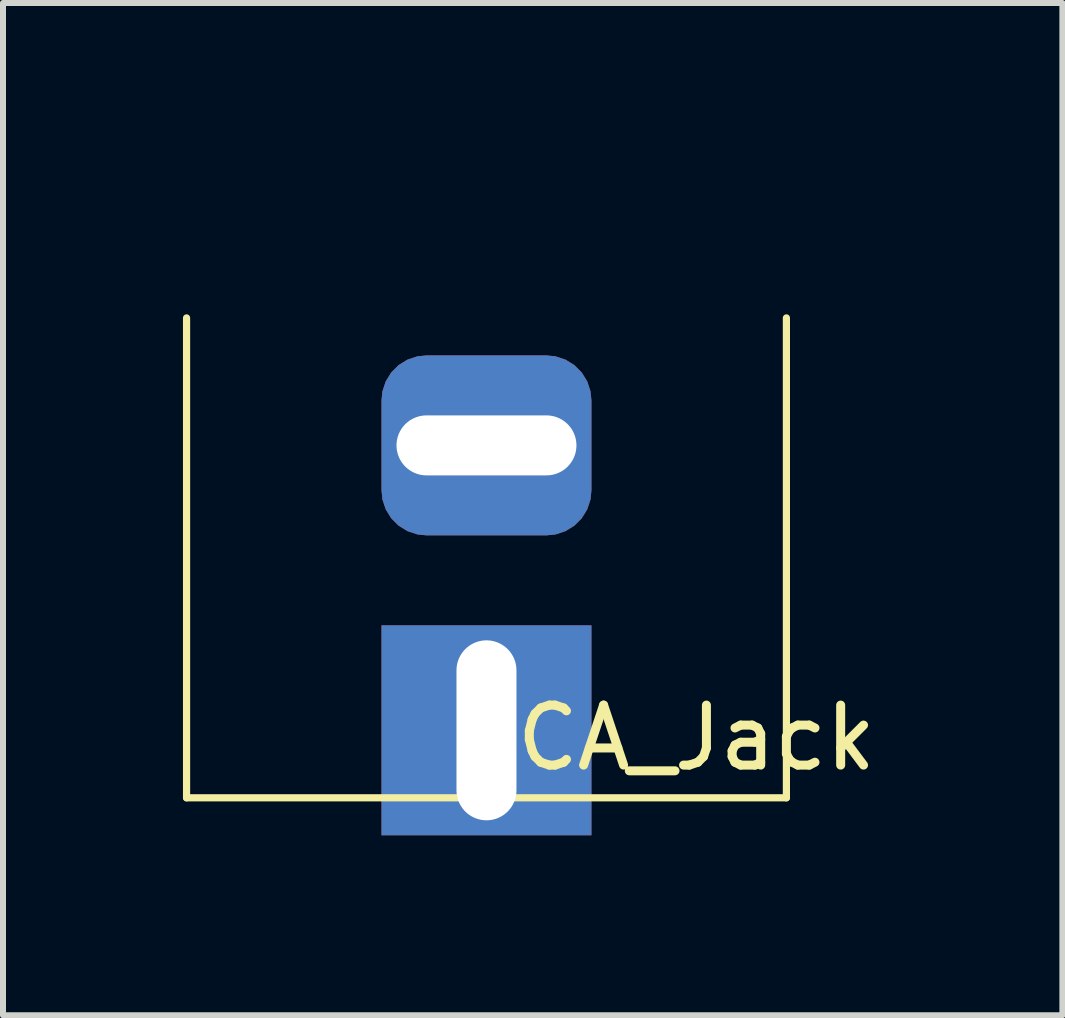
<source format=kicad_pcb>
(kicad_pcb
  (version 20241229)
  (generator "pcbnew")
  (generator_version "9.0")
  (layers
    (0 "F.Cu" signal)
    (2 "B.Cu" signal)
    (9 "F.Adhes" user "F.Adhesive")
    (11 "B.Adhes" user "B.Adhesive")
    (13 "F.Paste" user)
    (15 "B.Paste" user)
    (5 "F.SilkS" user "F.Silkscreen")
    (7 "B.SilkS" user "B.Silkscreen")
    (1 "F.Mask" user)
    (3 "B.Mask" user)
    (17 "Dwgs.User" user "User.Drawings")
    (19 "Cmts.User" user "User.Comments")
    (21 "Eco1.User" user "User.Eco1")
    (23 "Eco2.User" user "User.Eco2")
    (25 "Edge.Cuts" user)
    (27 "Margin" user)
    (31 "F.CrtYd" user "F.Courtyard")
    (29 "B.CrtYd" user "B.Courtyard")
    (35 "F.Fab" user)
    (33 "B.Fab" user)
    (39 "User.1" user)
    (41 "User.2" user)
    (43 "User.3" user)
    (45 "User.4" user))
  (footprint "RCA_Jack"
    (layer "F.Cu")
    (at 5.06 0.25)
    (property "Reference" "RCA_Jack" (at 3 9 0) (layer "F.SilkS") (effects (font (size 1 1) (thickness 0.15))))
    (attr through_hole)
    (fp_line (start -5 10) (end -5 2) (stroke (width 0.12) (type solid)) (layer "F.SilkS"))
    (fp_line (start 5 2) (end 5 10) (stroke (width 0.12) (type solid)) (layer "F.SilkS"))
    (fp_line (start 5 10) (end -5 10) (stroke (width 0.12) (type solid)) (layer "F.SilkS"))
    (pad "1" thru_hole rect (at 0 8.875) (size 3.5 3.5) (drill oval 1 3) (layers "*.Cu" "*.Mask"))
    (pad "2" thru_hole roundrect (at 0 4.125) (size 3.5 3) (drill oval 3 1) (layers "*.Cu" "*.Mask") (roundrect_rratio 0.25)))
  (gr_rect
    (start -3 -3)
    (end 14.661 13.875)
    (stroke (width 0.1) (type default))
    (fill no)
    (layer "Edge.Cuts")))
</source>
